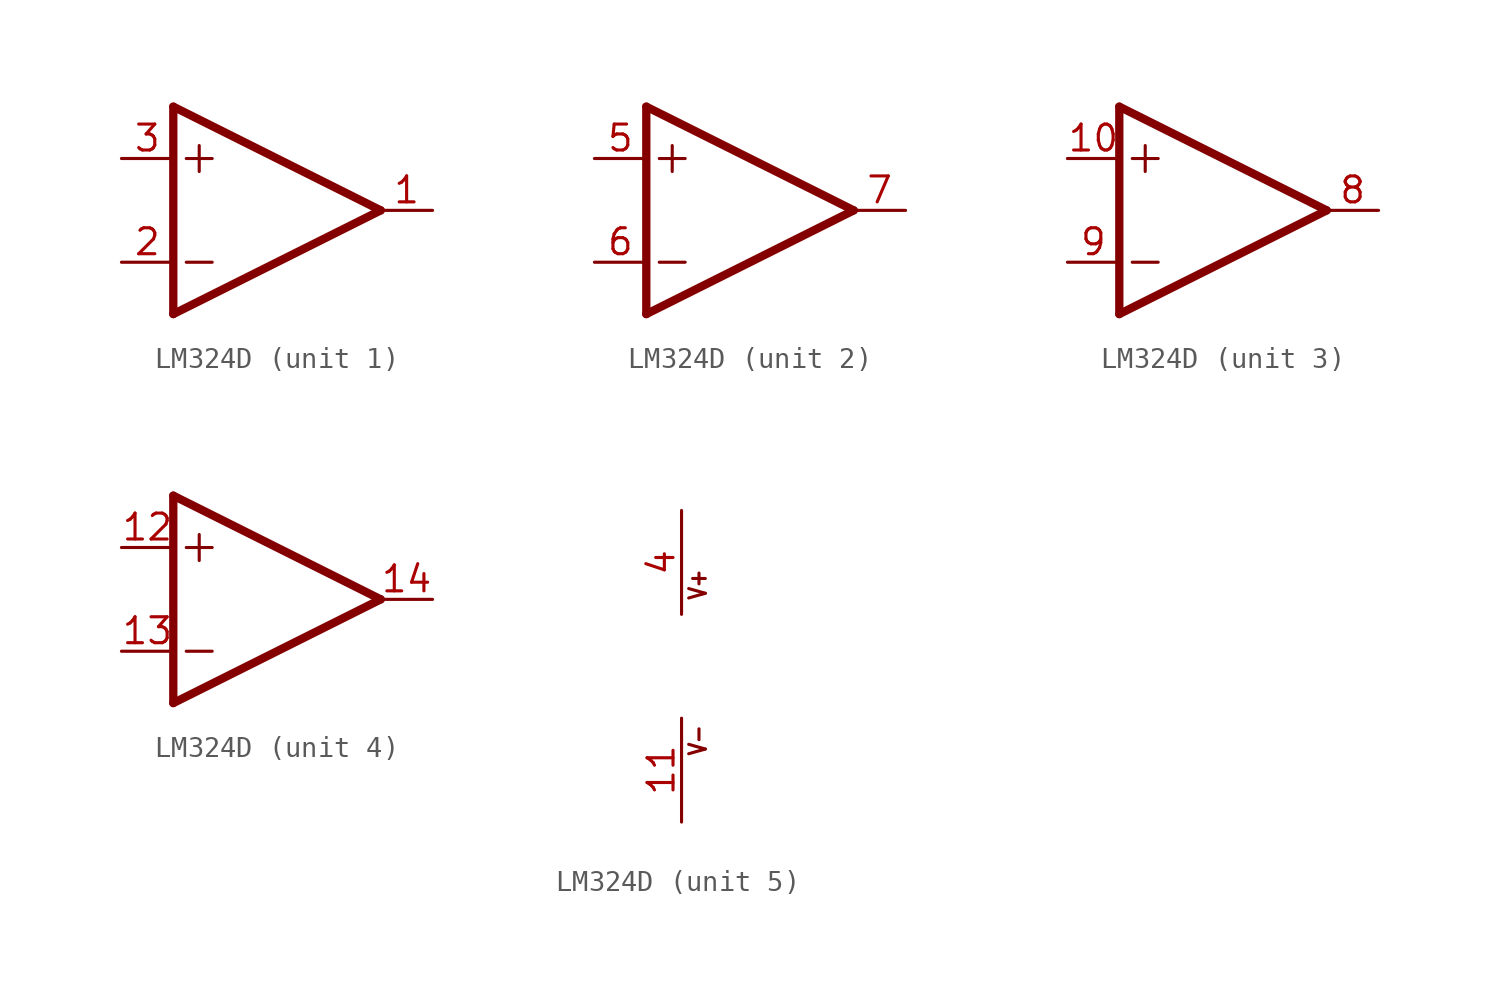
<source format=kicad_sym>
(kicad_symbol_lib
  (version 20220331)
  (generator kicad_symbol_editor)
  (symbol "LM324D"
    (property "Reference" "IC"
      (at 2.54 3.175 0)
      (effects (font (size 1.778 1.511)) (justify left bottom) hide))
    (property "ki_locked" ""
      (at 0 0 0)
      (effects (font (size 1.27 1.27))))
    (symbol "LM324D_1_0"
      (polyline (pts (xy -5.08 -5.08) (xy 5.08 0)) (stroke (width 0.406) (type solid)) (fill (type none)))
      (polyline (pts (xy -5.08 5.08) (xy -5.08 -5.08)) (stroke (width 0.406) (type solid)) (fill (type none)))
      (polyline (pts (xy -4.445 -2.54) (xy -3.175 -2.54)) (stroke (width 0.152) (type solid)) (fill (type none)))
      (polyline (pts (xy -4.445 2.54) (xy -3.175 2.54)) (stroke (width 0.152) (type solid)) (fill (type none)))
      (polyline (pts (xy -3.81 3.175) (xy -3.81 1.905)) (stroke (width 0.152) (type solid)) (fill (type none)))
      (polyline (pts (xy 5.08 0) (xy -5.08 5.08)) (stroke (width 0.406) (type solid)) (fill (type none)))
      (pin output line (at 7.62 0 180) (length 2.54) (name "OUT" (effects (font (size 0 0)))) (number "1" (effects (font (size 1.27 1.27)))))
      (pin input line (at -7.62 -2.54 0) (length 2.54) (name "-IN" (effects (font (size 0 0)))) (number "2" (effects (font (size 1.27 1.27)))))
      (pin input line (at -7.62 2.54 0) (length 2.54) (name "+IN" (effects (font (size 0 0)))) (number "3" (effects (font (size 1.27 1.27))))))
    (symbol "LM324D_2_0"
      (polyline (pts (xy -5.08 -5.08) (xy 5.08 0)) (stroke (width 0.406) (type solid)) (fill (type none)))
      (polyline (pts (xy -5.08 5.08) (xy -5.08 -5.08)) (stroke (width 0.406) (type solid)) (fill (type none)))
      (polyline (pts (xy -4.445 -2.54) (xy -3.175 -2.54)) (stroke (width 0.152) (type solid)) (fill (type none)))
      (polyline (pts (xy -4.445 2.54) (xy -3.175 2.54)) (stroke (width 0.152) (type solid)) (fill (type none)))
      (polyline (pts (xy -3.81 3.175) (xy -3.81 1.905)) (stroke (width 0.152) (type solid)) (fill (type none)))
      (polyline (pts (xy 5.08 0) (xy -5.08 5.08)) (stroke (width 0.406) (type solid)) (fill (type none)))
      (pin input line (at -7.62 2.54 0) (length 2.54) (name "+IN" (effects (font (size 0 0)))) (number "5" (effects (font (size 1.27 1.27)))))
      (pin input line (at -7.62 -2.54 0) (length 2.54) (name "-IN" (effects (font (size 0 0)))) (number "6" (effects (font (size 1.27 1.27)))))
      (pin output line (at 7.62 0 180) (length 2.54) (name "OUT" (effects (font (size 0 0)))) (number "7" (effects (font (size 1.27 1.27))))))
    (symbol "LM324D_3_0"
      (polyline (pts (xy -5.08 -5.08) (xy 5.08 0)) (stroke (width 0.406) (type solid)) (fill (type none)))
      (polyline (pts (xy -5.08 5.08) (xy -5.08 -5.08)) (stroke (width 0.406) (type solid)) (fill (type none)))
      (polyline (pts (xy -4.445 -2.54) (xy -3.175 -2.54)) (stroke (width 0.152) (type solid)) (fill (type none)))
      (polyline (pts (xy -4.445 2.54) (xy -3.175 2.54)) (stroke (width 0.152) (type solid)) (fill (type none)))
      (polyline (pts (xy -3.81 3.175) (xy -3.81 1.905)) (stroke (width 0.152) (type solid)) (fill (type none)))
      (polyline (pts (xy 5.08 0) (xy -5.08 5.08)) (stroke (width 0.406) (type solid)) (fill (type none)))
      (pin input line (at -7.62 2.54 0) (length 2.54) (name "+IN" (effects (font (size 0 0)))) (number "10" (effects (font (size 1.27 1.27)))))
      (pin output line (at 7.62 0 180) (length 2.54) (name "OUT" (effects (font (size 0 0)))) (number "8" (effects (font (size 1.27 1.27)))))
      (pin input line (at -7.62 -2.54 0) (length 2.54) (name "-IN" (effects (font (size 0 0)))) (number "9" (effects (font (size 1.27 1.27))))))
    (symbol "LM324D_4_0"
      (polyline (pts (xy -5.08 -5.08) (xy 5.08 0)) (stroke (width 0.406) (type solid)) (fill (type none)))
      (polyline (pts (xy -5.08 5.08) (xy -5.08 -5.08)) (stroke (width 0.406) (type solid)) (fill (type none)))
      (polyline (pts (xy -4.445 -2.54) (xy -3.175 -2.54)) (stroke (width 0.152) (type solid)) (fill (type none)))
      (polyline (pts (xy -4.445 2.54) (xy -3.175 2.54)) (stroke (width 0.152) (type solid)) (fill (type none)))
      (polyline (pts (xy -3.81 3.175) (xy -3.81 1.905)) (stroke (width 0.152) (type solid)) (fill (type none)))
      (polyline (pts (xy 5.08 0) (xy -5.08 5.08)) (stroke (width 0.406) (type solid)) (fill (type none)))
      (pin input line (at -7.62 2.54 0) (length 2.54) (name "+IN" (effects (font (size 0 0)))) (number "12" (effects (font (size 1.27 1.27)))))
      (pin input line (at -7.62 -2.54 0) (length 2.54) (name "-IN" (effects (font (size 0 0)))) (number "13" (effects (font (size 1.27 1.27)))))
      (pin output line (at 7.62 0 180) (length 2.54) (name "OUT" (effects (font (size 0 0)))) (number "14" (effects (font (size 1.27 1.27))))))
    (symbol "LM324D_5_0"
      (text "V+" (at 1.27 3.175 900) (effects (font (size 0.813 0.691)) (justify left bottom)))
      (text "V-" (at 1.27 -4.445 900) (effects (font (size 0.813 0.691)) (justify left bottom)))
      (pin power_in line (at 0 -7.62 90) (length 5.08) (name "V-" (effects (font (size 0 0)))) (number "11" (effects (font (size 1.27 1.27)))))
      (pin power_in line (at 0 7.62 270) (length 5.08) (name "V+" (effects (font (size 0 0)))) (number "4" (effects (font (size 1.27 1.27))))))))
</source>
